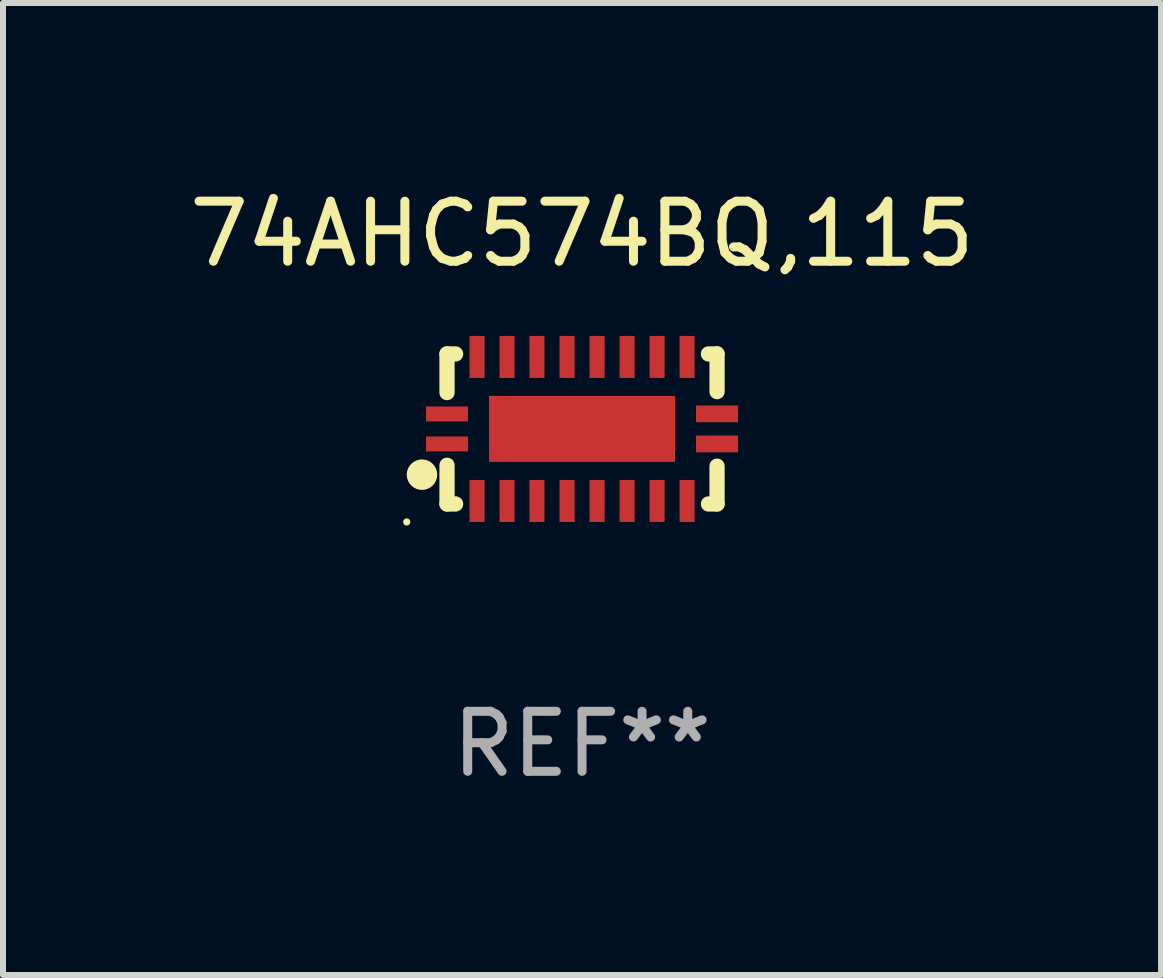
<source format=kicad_pcb>
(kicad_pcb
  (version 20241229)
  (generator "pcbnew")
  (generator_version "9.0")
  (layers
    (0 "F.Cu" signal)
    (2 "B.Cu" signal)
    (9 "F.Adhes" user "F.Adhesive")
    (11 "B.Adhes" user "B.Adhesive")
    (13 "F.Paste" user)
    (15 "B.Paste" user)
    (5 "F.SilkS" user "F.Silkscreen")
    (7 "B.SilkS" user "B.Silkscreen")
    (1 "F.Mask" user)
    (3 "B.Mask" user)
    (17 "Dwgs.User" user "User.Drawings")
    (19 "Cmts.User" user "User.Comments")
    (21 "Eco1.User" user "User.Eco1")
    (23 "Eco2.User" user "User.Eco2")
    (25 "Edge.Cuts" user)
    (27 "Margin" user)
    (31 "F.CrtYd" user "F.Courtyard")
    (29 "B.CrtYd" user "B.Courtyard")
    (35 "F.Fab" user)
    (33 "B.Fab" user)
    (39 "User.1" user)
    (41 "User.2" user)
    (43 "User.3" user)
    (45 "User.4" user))
  (footprint "74AHC574BQ,115"
    (layer "F.Cu")
    (at 6.649 4.098)
    (property "Reference" "74AHC574BQ,115" (at 0 -3.25 0) (layer "F.SilkS") (effects (font (size 1 1) (thickness 0.15))))
    (attr through_hole)
    (fp_line (start -2.25 0.605) (end -2.25 1.25) (stroke (width 0.254) (type solid)) (layer "F.SilkS"))
    (fp_line (start -2.25 1.25) (end -2.107 1.25) (stroke (width 0.254) (type solid)) (layer "F.SilkS"))
    (fp_line (start -2.25 -1.25) (end -2.25 -0.606) (stroke (width 0.254) (type solid)) (layer "F.SilkS"))
    (fp_line (start -2.25 -1.25) (end -2.107 -1.25) (stroke (width 0.254) (type solid)) (layer "F.SilkS"))
    (fp_line (start 2.107 -1.25) (end 2.25 -1.25) (stroke (width 0.254) (type solid)) (layer "F.SilkS"))
    (fp_line (start 2.107 1.25) (end 2.25 1.25) (stroke (width 0.254) (type solid)) (layer "F.SilkS"))
    (fp_line (start 2.25 -1.25) (end 2.25 -0.622) (stroke (width 0.254) (type solid)) (layer "F.SilkS"))
    (fp_line (start 2.25 0.62) (end 2.25 1.25) (stroke (width 0.254) (type solid)) (layer "F.SilkS"))
    (fp_circle (center -2.921 1.55) (end -2.891 1.55) (stroke (width 0.06) (type solid)) (fill no) (layer "F.SilkS"))
    (fp_circle (center -2.667 0.762) (end -2.54 0.762) (stroke (width 0.254) (type solid)) (fill no) (layer "F.SilkS"))
    (fp_text user "REF**" (at 0 5.25 0) (layer "F.Fab") (effects (font (size 1 1) (thickness 0.15))))
    (pad "1" smd rect (at -2.25 0.25 180) (size 0.7 0.25) (layers "F.Cu" "F.Mask" "F.Paste"))
    (pad "2" smd rect (at -1.75 1.2 90) (size 0.7 0.25) (layers "F.Cu" "F.Mask" "F.Paste"))
    (pad "3" smd rect (at -1.25 1.2 90) (size 0.7 0.25) (layers "F.Cu" "F.Mask" "F.Paste"))
    (pad "4" smd rect (at -0.751 1.2 90) (size 0.7 0.25) (layers "F.Cu" "F.Mask" "F.Paste"))
    (pad "5" smd rect (at -0.25 1.2 90) (size 0.7 0.25) (layers "F.Cu" "F.Mask" "F.Paste"))
    (pad "6" smd rect (at 0.25 1.2 90) (size 0.7 0.25) (layers "F.Cu" "F.Mask" "F.Paste"))
    (pad "7" smd rect (at 0.751 1.2 90) (size 0.7 0.25) (layers "F.Cu" "F.Mask" "F.Paste"))
    (pad "8" smd rect (at 1.25 1.2 90) (size 0.7 0.25) (layers "F.Cu" "F.Mask" "F.Paste"))
    (pad "9" smd rect (at 1.75 1.2 90) (size 0.7 0.25) (layers "F.Cu" "F.Mask" "F.Paste"))
    (pad "10" smd rect (at 2.25 0.25 180) (size 0.7 0.28) (layers "F.Cu" "F.Mask" "F.Paste"))
    (pad "11" smd rect (at 2.25 -0.251 180) (size 0.7 0.28) (layers "F.Cu" "F.Mask" "F.Paste"))
    (pad "12" smd rect (at 1.75 -1.2 90) (size 0.7 0.25) (layers "F.Cu" "F.Mask" "F.Paste"))
    (pad "13" smd rect (at 1.25 -1.2 90) (size 0.7 0.25) (layers "F.Cu" "F.Mask" "F.Paste"))
    (pad "14" smd rect (at 0.751 -1.2 90) (size 0.7 0.25) (layers "F.Cu" "F.Mask" "F.Paste"))
    (pad "15" smd rect (at 0.25 -1.2 90) (size 0.7 0.25) (layers "F.Cu" "F.Mask" "F.Paste"))
    (pad "16" smd rect (at -0.25 -1.2 90) (size 0.7 0.25) (layers "F.Cu" "F.Mask" "F.Paste"))
    (pad "17" smd rect (at -0.751 -1.2 90) (size 0.7 0.25) (layers "F.Cu" "F.Mask" "F.Paste"))
    (pad "18" smd rect (at -1.25 -1.2 90) (size 0.7 0.25) (layers "F.Cu" "F.Mask" "F.Paste"))
    (pad "19" smd rect (at -1.75 -1.2 90) (size 0.7 0.25) (layers "F.Cu" "F.Mask" "F.Paste"))
    (pad "20" smd rect (at -2.25 -0.25 180) (size 0.7 0.25) (layers "F.Cu" "F.Mask" "F.Paste"))
    (pad "21" smd rect (at 0 -0.001 180) (size 3.1 1.1) (layers "F.Cu" "F.Mask" "F.Paste")))
  (gr_rect
    (start -3 -3)
    (end 16.298 13.197)
    (stroke (width 0.1) (type default))
    (fill no)
    (layer "Edge.Cuts")))
</source>
